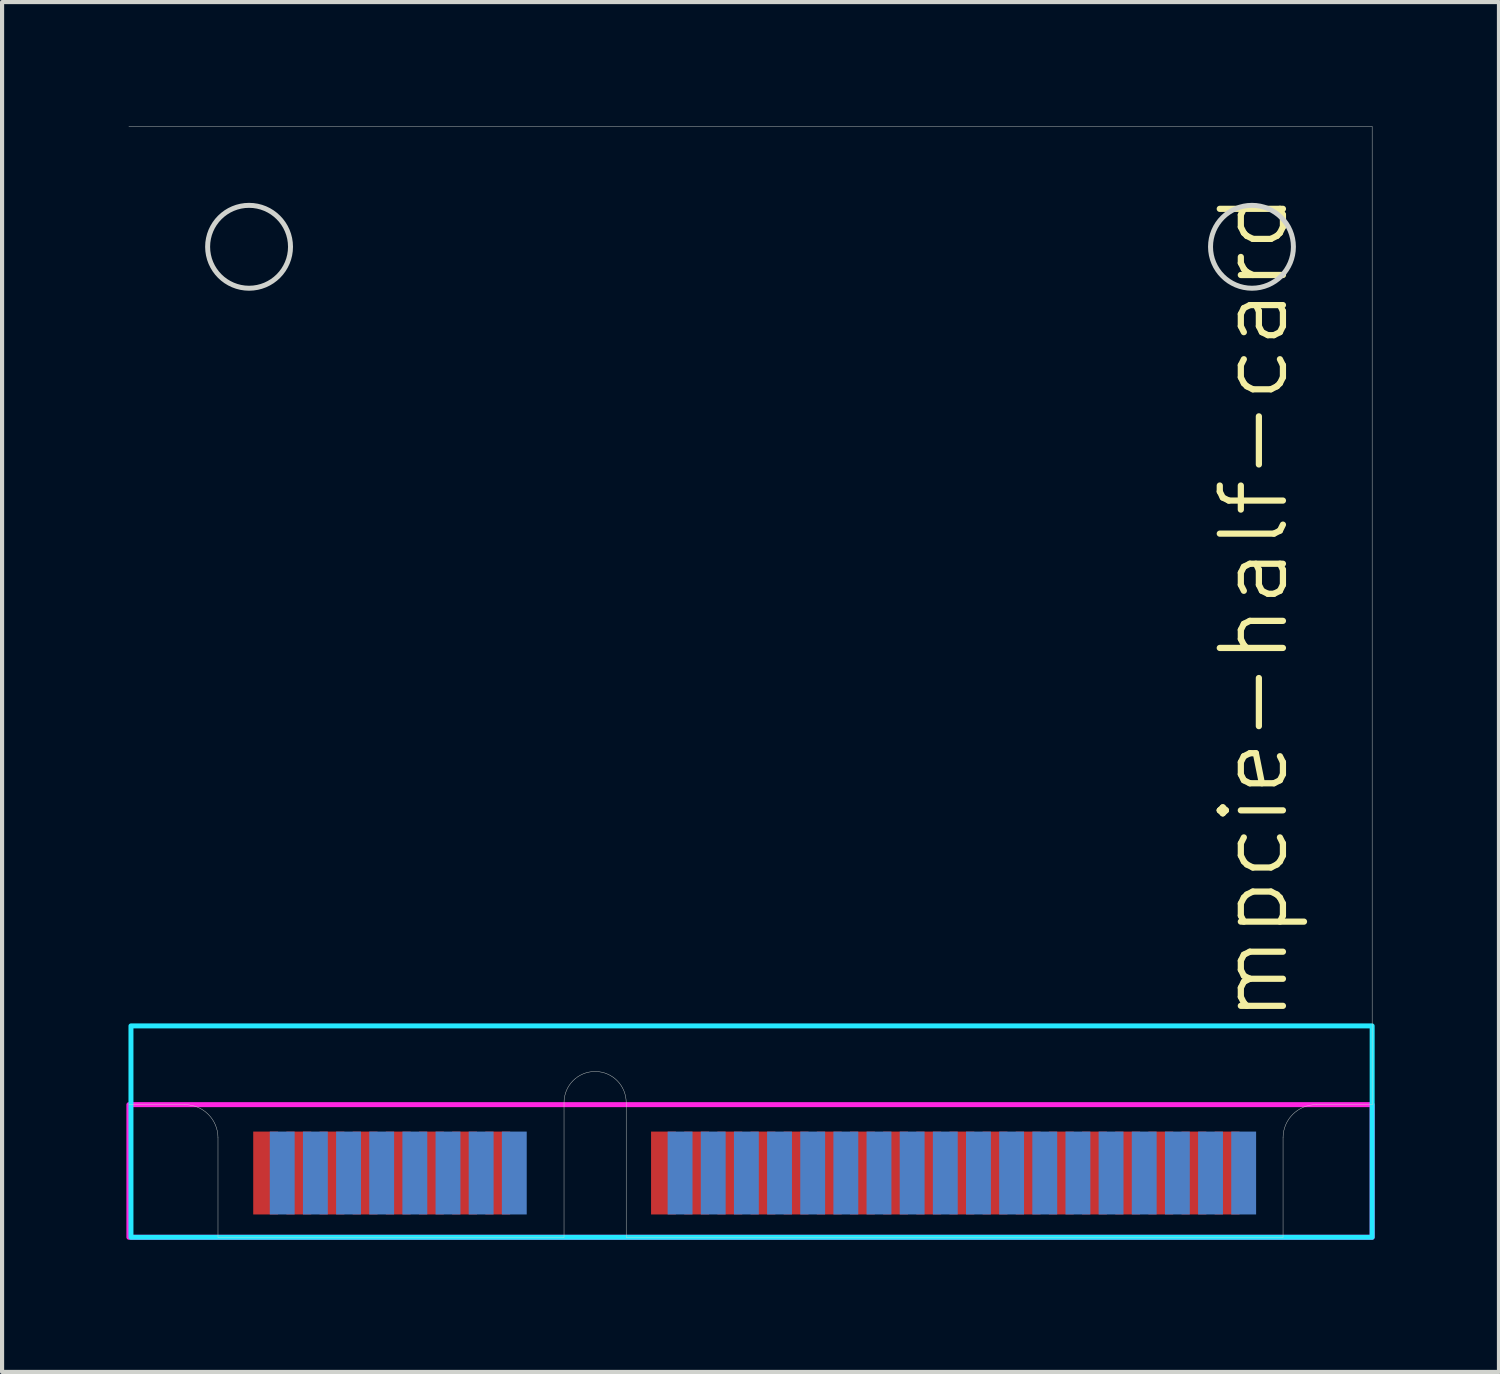
<source format=kicad_pcb>
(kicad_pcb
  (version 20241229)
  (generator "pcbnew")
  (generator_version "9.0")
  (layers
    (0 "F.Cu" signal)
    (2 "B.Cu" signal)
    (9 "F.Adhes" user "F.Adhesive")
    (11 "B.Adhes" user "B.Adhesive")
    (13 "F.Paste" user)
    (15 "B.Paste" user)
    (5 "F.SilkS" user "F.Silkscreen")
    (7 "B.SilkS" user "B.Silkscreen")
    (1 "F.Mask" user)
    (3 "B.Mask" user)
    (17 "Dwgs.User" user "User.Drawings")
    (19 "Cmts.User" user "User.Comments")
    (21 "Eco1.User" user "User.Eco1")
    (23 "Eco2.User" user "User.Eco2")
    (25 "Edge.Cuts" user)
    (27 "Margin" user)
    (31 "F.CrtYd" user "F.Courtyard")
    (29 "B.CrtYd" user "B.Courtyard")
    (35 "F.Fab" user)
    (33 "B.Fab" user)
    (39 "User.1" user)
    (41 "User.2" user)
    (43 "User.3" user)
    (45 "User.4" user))
  (footprint "mpcie-half-card"
    (layer "F.Cu")
    (at 15.06 26.805)
    (property "Reference" "mpcie-half-card" (at 12.15 -15.2 90) (layer "F.SilkS") (effects (font (size 1.524 1.524) (thickness 0.15))))
    (attr through_hole)
    (fp_rect (start 15 -2.5) (end -14.95 0) (stroke (width 0.12) (type solid)) (fill yes) (layer "F.Mask"))
    (fp_rect (start 15 -2.5) (end -14.95 0) (stroke (width 0.12) (type solid)) (fill yes) (layer "B.Mask"))
    (fp_line (start -3.75 -4.5) (end -3.75 -0.15) (stroke (width 0.01) (type solid)) (layer "Eco1.User"))
    (fp_line (start 0 0) (end 0 -26.8) (stroke (width 0.01) (type solid)) (layer "Eco1.User"))
    (fp_line (start -13.65 -3.2) (end -15 -3.2) (stroke (width 0.01) (type solid)) (layer "Edge.Cuts"))
    (fp_line (start -12.85 0) (end -12.85 -2.4) (stroke (width 0.01) (type solid)) (layer "Edge.Cuts"))
    (fp_line (start -4.5 0) (end -12.85 0) (stroke (width 0.01) (type solid)) (layer "Edge.Cuts"))
    (fp_line (start -4.5 0) (end -4.5 -3.25) (stroke (width 0.01) (type solid)) (layer "Edge.Cuts"))
    (fp_line (start -3 0) (end -3 -3.25) (stroke (width 0.01) (type solid)) (layer "Edge.Cuts"))
    (fp_line (start -3 0) (end 12.85 0) (stroke (width 0.01) (type solid)) (layer "Edge.Cuts"))
    (fp_line (start 12.85 0) (end 12.85 -2.4) (stroke (width 0.01) (type solid)) (layer "Edge.Cuts"))
    (fp_line (start 15 -26.8) (end -15 -26.8) (stroke (width 0.01) (type solid)) (layer "Edge.Cuts"))
    (fp_line (start 15 -3.2) (end 13.65 -3.2) (stroke (width 0.01) (type solid)) (layer "Edge.Cuts"))
    (fp_line (start 15 -3.2) (end 15 -26.8) (stroke (width 0.01) (type solid)) (layer "Edge.Cuts"))
    (fp_arc (start -13.65 -3.2) (mid -13.084315 -2.965685) (end -12.85 -2.4) (stroke (width 0.01) (type solid)) (layer "Edge.Cuts"))
    (fp_arc (start -4.5 -3.25) (mid -3.75 -4) (end -3 -3.25) (stroke (width 0.01) (type solid)) (layer "Edge.Cuts"))
    (fp_arc (start 12.85 -2.4) (mid 13.084315 -2.965685) (end 13.65 -3.2) (stroke (width 0.01) (type solid)) (layer "Edge.Cuts"))
    (fp_circle (center -12.1 -23.9) (end -11.1 -23.9) (stroke (width 0.12) (type solid)) (fill no) (layer "Edge.Cuts"))
    (fp_circle (center 12.1 -23.9) (end 13.1 -23.9) (stroke (width 0.12) (type solid)) (fill no) (layer "Edge.Cuts"))
    (fp_rect (start 15 -5.1) (end -14.95 0) (stroke (width 0.12) (type solid)) (fill no) (layer "B.CrtYd"))
    (fp_rect (start -15 -3.2) (end 15 0) (stroke (width 0.12) (type solid)) (fill no) (layer "F.CrtYd"))
    (fp_text user "Center" (at -0.2 -14.35 90) (layer "Eco1.User") (effects (font (size 0.25 0.25) (thickness 0.025))))
    (pad "1" smd rect (at -11.7 -1.55) (size 0.6 2) (layers "F.Cu" "F.Mask"))
    (pad "2" smd rect (at -11.3 -1.55) (size 0.6 2) (layers "B.Cu" "B.Mask"))
    (pad "3" smd rect (at -10.9 -1.55) (size 0.6 2) (layers "F.Cu" "F.Mask"))
    (pad "4" smd rect (at -10.5 -1.55) (size 0.6 2) (layers "B.Cu" "B.Mask"))
    (pad "5" smd rect (at -10.1 -1.55) (size 0.6 2) (layers "F.Cu" "F.Mask"))
    (pad "6" smd rect (at -9.7 -1.55) (size 0.6 2) (layers "B.Cu" "B.Mask"))
    (pad "7" smd rect (at -9.3 -1.55) (size 0.6 2) (layers "F.Cu" "F.Mask"))
    (pad "8" smd rect (at -8.9 -1.55) (size 0.6 2) (layers "B.Cu" "B.Mask"))
    (pad "9" smd rect (at -8.5 -1.55) (size 0.6 2) (layers "F.Cu" "F.Mask"))
    (pad "10" smd rect (at -8.1 -1.55) (size 0.6 2) (layers "B.Cu" "B.Mask"))
    (pad "11" smd rect (at -7.7 -1.55) (size 0.6 2) (layers "F.Cu" "F.Mask"))
    (pad "12" smd rect (at -7.3 -1.55) (size 0.6 2) (layers "B.Cu" "B.Mask"))
    (pad "13" smd rect (at -6.9 -1.55) (size 0.6 2) (layers "F.Cu" "F.Mask"))
    (pad "14" smd rect (at -6.5 -1.55) (size 0.6 2) (layers "B.Cu" "B.Mask"))
    (pad "15" smd rect (at -6.1 -1.55) (size 0.6 2) (layers "F.Cu" "F.Mask"))
    (pad "16" smd rect (at -5.7 -1.55) (size 0.6 2) (layers "B.Cu" "B.Mask"))
    (pad "17" smd rect (at -2.1 -1.55) (size 0.6 2) (layers "F.Cu" "F.Mask"))
    (pad "18" smd rect (at -1.7 -1.55) (size 0.6 2) (layers "B.Cu" "B.Mask"))
    (pad "19" smd rect (at -1.3 -1.55) (size 0.6 2) (layers "F.Cu" "F.Mask"))
    (pad "20" smd rect (at -0.9 -1.55) (size 0.6 2) (layers "B.Cu" "B.Mask"))
    (pad "21" smd rect (at -0.5 -1.55) (size 0.6 2) (layers "F.Cu" "F.Mask"))
    (pad "22" smd rect (at -0.1 -1.55) (size 0.6 2) (layers "B.Cu" "B.Mask"))
    (pad "23" smd rect (at 0.3 -1.55) (size 0.6 2) (layers "F.Cu" "F.Mask"))
    (pad "24" smd rect (at 0.7 -1.55) (size 0.6 2) (layers "B.Cu" "B.Mask"))
    (pad "25" smd rect (at 1.1 -1.55) (size 0.6 2) (layers "F.Cu" "F.Mask"))
    (pad "26" smd rect (at 1.5 -1.55) (size 0.6 2) (layers "B.Cu" "B.Mask"))
    (pad "27" smd rect (at 1.9 -1.55) (size 0.6 2) (layers "F.Cu" "F.Mask"))
    (pad "28" smd rect (at 2.3 -1.55) (size 0.6 2) (layers "B.Cu" "B.Mask"))
    (pad "29" smd rect (at 2.7 -1.55) (size 0.6 2) (layers "F.Cu" "F.Mask"))
    (pad "30" smd rect (at 3.1 -1.55) (size 0.6 2) (layers "B.Cu" "B.Mask"))
    (pad "31" smd rect (at 3.5 -1.55) (size 0.6 2) (layers "F.Cu" "F.Mask"))
    (pad "32" smd rect (at 3.9 -1.55) (size 0.6 2) (layers "B.Cu" "B.Mask"))
    (pad "33" smd rect (at 4.3 -1.55) (size 0.6 2) (layers "F.Cu" "F.Mask"))
    (pad "34" smd rect (at 4.7 -1.55) (size 0.6 2) (layers "B.Cu" "B.Mask"))
    (pad "35" smd rect (at 5.1 -1.55) (size 0.6 2) (layers "F.Cu" "F.Mask"))
    (pad "36" smd rect (at 5.5 -1.55) (size 0.6 2) (layers "B.Cu" "B.Mask"))
    (pad "37" smd rect (at 5.9 -1.55) (size 0.6 2) (layers "F.Cu" "F.Mask"))
    (pad "38" smd rect (at 6.3 -1.55) (size 0.6 2) (layers "B.Cu" "B.Mask"))
    (pad "39" smd rect (at 6.7 -1.55) (size 0.6 2) (layers "F.Cu" "F.Mask"))
    (pad "40" smd rect (at 7.1 -1.55) (size 0.6 2) (layers "B.Cu" "B.Mask"))
    (pad "41" smd rect (at 7.5 -1.55) (size 0.6 2) (layers "F.Cu" "F.Mask"))
    (pad "42" smd rect (at 7.9 -1.55) (size 0.6 2) (layers "B.Cu" "B.Mask"))
    (pad "43" smd rect (at 8.3 -1.55) (size 0.6 2) (layers "F.Cu" "F.Mask"))
    (pad "44" smd rect (at 8.7 -1.55) (size 0.6 2) (layers "B.Cu" "B.Mask"))
    (pad "45" smd rect (at 9.1 -1.55) (size 0.6 2) (layers "F.Cu" "F.Mask"))
    (pad "46" smd rect (at 9.5 -1.55) (size 0.6 2) (layers "B.Cu" "B.Mask"))
    (pad "47" smd rect (at 9.9 -1.55) (size 0.6 2) (layers "F.Cu" "F.Mask"))
    (pad "48" smd rect (at 10.3 -1.55) (size 0.6 2) (layers "B.Cu" "B.Mask"))
    (pad "49" smd rect (at 10.7 -1.55) (size 0.6 2) (layers "F.Cu" "F.Mask"))
    (pad "50" smd rect (at 11.1 -1.55) (size 0.6 2) (layers "B.Cu" "B.Mask"))
    (pad "51" smd rect (at 11.5 -1.55) (size 0.6 2) (layers "F.Cu" "F.Mask"))
    (pad "52" smd rect (at 11.9 -1.55) (size 0.6 2) (layers "B.Cu" "B.Mask"))
    (zone (net_name "") (layer "F.Cu") (hatch edge 0.508) (connect_pads) (min_thickness 0.254) (filled_areas_thickness no) (keepout (tracks not_allowed) (vias not_allowed) (pads not_allowed) (copperpour not_allowed) (footprints not_allowed)) (placement (enabled no)) (fill) (polygon (pts (xy 3.06 26.255) (xy 0.01 26.255) (xy 0.01 23.555) (xy 3.06 23.555))))
    (zone (net_name "") (layer "F.Cu") (hatch edge 0.508) (connect_pads) (min_thickness 0.254) (filled_areas_thickness no) (keepout (tracks not_allowed) (vias not_allowed) (pads not_allowed) (copperpour not_allowed) (footprints not_allowed)) (placement (enabled no)) (fill) (polygon (pts (xy 3.86 26.255) (xy 3.66 26.255) (xy 3.66 23.555) (xy 3.86 23.555))))
    (zone (net_name "") (layer "F.Cu") (hatch edge 0.508) (connect_pads) (min_thickness 0.254) (filled_areas_thickness no) (keepout (tracks not_allowed) (vias not_allowed) (pads not_allowed) (copperpour not_allowed) (footprints not_allowed)) (placement (enabled no)) (fill) (polygon (pts (xy 4.66 26.255) (xy 4.46 26.255) (xy 4.46 23.555) (xy 4.66 23.555))))
    (zone (net_name "") (layer "F.Cu") (hatch edge 0.508) (connect_pads) (min_thickness 0.254) (filled_areas_thickness no) (keepout (tracks not_allowed) (vias not_allowed) (pads not_allowed) (copperpour not_allowed) (footprints not_allowed)) (placement (enabled no)) (fill) (polygon (pts (xy 5.46 26.255) (xy 5.26 26.255) (xy 5.26 23.555) (xy 5.46 23.555))))
    (zone (net_name "") (layer "F.Cu") (hatch edge 0.508) (connect_pads) (min_thickness 0.254) (filled_areas_thickness no) (keepout (tracks not_allowed) (vias not_allowed) (pads not_allowed) (copperpour not_allowed) (footprints not_allowed)) (placement (enabled no)) (fill) (polygon (pts (xy 6.26 26.255) (xy 6.06 26.255) (xy 6.06 23.555) (xy 6.26 23.555))))
    (zone (net_name "") (layer "F.Cu") (hatch edge 0.508) (connect_pads) (min_thickness 0.254) (filled_areas_thickness no) (keepout (tracks not_allowed) (vias not_allowed) (pads not_allowed) (copperpour not_allowed) (footprints not_allowed)) (placement (enabled no)) (fill) (polygon (pts (xy 7.06 26.255) (xy 6.86 26.255) (xy 6.86 23.555) (xy 7.06 23.555))))
    (zone (net_name "") (layer "F.Cu") (hatch edge 0.508) (connect_pads) (min_thickness 0.254) (filled_areas_thickness no) (keepout (tracks not_allowed) (vias not_allowed) (pads not_allowed) (copperpour not_allowed) (footprints not_allowed)) (placement (enabled no)) (fill) (polygon (pts (xy 7.86 26.255) (xy 7.66 26.255) (xy 7.66 23.555) (xy 7.86 23.555))))
    (zone (net_name "") (layer "F.Cu") (hatch edge 0.508) (connect_pads) (min_thickness 0.254) (filled_areas_thickness no) (keepout (tracks not_allowed) (vias not_allowed) (pads not_allowed) (copperpour not_allowed) (footprints not_allowed)) (placement (enabled no)) (fill) (polygon (pts (xy 8.66 26.255) (xy 8.46 26.255) (xy 8.46 23.555) (xy 8.66 23.555))))
    (zone (net_name "") (layer "F.Cu") (hatch edge 0.508) (connect_pads) (min_thickness 0.254) (filled_areas_thickness no) (keepout (tracks not_allowed) (vias not_allowed) (pads not_allowed) (copperpour not_allowed) (footprints not_allowed)) (placement (enabled no)) (fill) (polygon (pts (xy 12.66 26.255) (xy 9.26 26.255) (xy 9.26 23.555) (xy 12.66 23.555))))
    (zone (net_name "") (layer "F.Cu") (hatch edge 0.508) (connect_pads) (min_thickness 0.254) (filled_areas_thickness no) (keepout (tracks not_allowed) (vias not_allowed) (pads not_allowed) (copperpour not_allowed) (footprints not_allowed)) (placement (enabled no)) (fill) (polygon (pts (xy 13.46 26.255) (xy 13.26 26.255) (xy 13.26 23.555) (xy 13.46 23.555))))
    (zone (net_name "") (layer "F.Cu") (hatch edge 0.508) (connect_pads) (min_thickness 0.254) (filled_areas_thickness no) (keepout (tracks not_allowed) (vias not_allowed) (pads not_allowed) (copperpour not_allowed) (footprints not_allowed)) (placement (enabled no)) (fill) (polygon (pts (xy 14.26 26.255) (xy 14.06 26.255) (xy 14.06 23.555) (xy 14.26 23.555))))
    (zone (net_name "") (layer "F.Cu") (hatch edge 0.508) (connect_pads) (min_thickness 0.254) (filled_areas_thickness no) (keepout (tracks not_allowed) (vias not_allowed) (pads not_allowed) (copperpour not_allowed) (footprints not_allowed)) (placement (enabled no)) (fill) (polygon (pts (xy 15.06 26.255) (xy 14.86 26.255) (xy 14.86 23.555) (xy 15.06 23.555))))
    (zone (net_name "") (layer "F.Cu") (hatch edge 0.508) (connect_pads) (min_thickness 0.254) (filled_areas_thickness no) (keepout (tracks not_allowed) (vias not_allowed) (pads not_allowed) (copperpour not_allowed) (footprints not_allowed)) (placement (enabled no)) (fill) (polygon (pts (xy 15.86 26.255) (xy 15.66 26.255) (xy 15.66 23.555) (xy 15.86 23.555))))
    (zone (net_name "") (layer "F.Cu") (hatch edge 0.508) (connect_pads) (min_thickness 0.254) (filled_areas_thickness no) (keepout (tracks not_allowed) (vias not_allowed) (pads not_allowed) (copperpour not_allowed) (footprints not_allowed)) (placement (enabled no)) (fill) (polygon (pts (xy 16.66 26.255) (xy 16.46 26.255) (xy 16.46 23.555) (xy 16.66 23.555))))
    (zone (net_name "") (layer "F.Cu") (hatch edge 0.508) (connect_pads) (min_thickness 0.254) (filled_areas_thickness no) (keepout (tracks not_allowed) (vias not_allowed) (pads not_allowed) (copperpour not_allowed) (footprints not_allowed)) (placement (enabled no)) (fill) (polygon (pts (xy 17.46 26.255) (xy 17.26 26.255) (xy 17.26 23.555) (xy 17.46 23.555))))
    (zone (net_name "") (layer "F.Cu") (hatch edge 0.508) (connect_pads) (min_thickness 0.254) (filled_areas_thickness no) (keepout (tracks not_allowed) (vias not_allowed) (pads not_allowed) (copperpour not_allowed) (footprints not_allowed)) (placement (enabled no)) (fill) (polygon (pts (xy 18.26 26.255) (xy 18.06 26.255) (xy 18.06 23.555) (xy 18.26 23.555))))
    (zone (net_name "") (layer "F.Cu") (hatch edge 0.508) (connect_pads) (min_thickness 0.254) (filled_areas_thickness no) (keepout (tracks not_allowed) (vias not_allowed) (pads not_allowed) (copperpour not_allowed) (footprints not_allowed)) (placement (enabled no)) (fill) (polygon (pts (xy 19.06 26.255) (xy 18.86 26.255) (xy 18.86 23.555) (xy 19.06 23.555))))
    (zone (net_name "") (layer "F.Cu") (hatch edge 0.508) (connect_pads) (min_thickness 0.254) (filled_areas_thickness no) (keepout (tracks not_allowed) (vias not_allowed) (pads not_allowed) (copperpour not_allowed) (footprints not_allowed)) (placement (enabled no)) (fill) (polygon (pts (xy 19.86 26.255) (xy 19.66 26.255) (xy 19.66 23.555) (xy 19.86 23.555))))
    (zone (net_name "") (layer "F.Cu") (hatch edge 0.508) (connect_pads) (min_thickness 0.254) (filled_areas_thickness no) (keepout (tracks not_allowed) (vias not_allowed) (pads not_allowed) (copperpour not_allowed) (footprints not_allowed)) (placement (enabled no)) (fill) (polygon (pts (xy 20.66 26.255) (xy 20.46 26.255) (xy 20.46 23.555) (xy 20.66 23.555))))
    (zone (net_name "") (layer "F.Cu") (hatch edge 0.508) (connect_pads) (min_thickness 0.254) (filled_areas_thickness no) (keepout (tracks not_allowed) (vias not_allowed) (pads not_allowed) (copperpour not_allowed) (footprints not_allowed)) (placement (enabled no)) (fill) (polygon (pts (xy 21.46 26.255) (xy 21.26 26.255) (xy 21.26 23.555) (xy 21.46 23.555))))
    (zone (net_name "") (layer "F.Cu") (hatch edge 0.508) (connect_pads) (min_thickness 0.254) (filled_areas_thickness no) (keepout (tracks not_allowed) (vias not_allowed) (pads not_allowed) (copperpour not_allowed) (footprints not_allowed)) (placement (enabled no)) (fill) (polygon (pts (xy 22.26 26.255) (xy 22.06 26.255) (xy 22.06 23.555) (xy 22.26 23.555))))
    (zone (net_name "") (layer "F.Cu") (hatch edge 0.508) (connect_pads) (min_thickness 0.254) (filled_areas_thickness no) (keepout (tracks not_allowed) (vias not_allowed) (pads not_allowed) (copperpour not_allowed) (footprints not_allowed)) (placement (enabled no)) (fill) (polygon (pts (xy 23.06 26.255) (xy 22.86 26.255) (xy 22.86 23.555) (xy 23.06 23.555))))
    (zone (net_name "") (layer "F.Cu") (hatch edge 0.508) (connect_pads) (min_thickness 0.254) (filled_areas_thickness no) (keepout (tracks not_allowed) (vias not_allowed) (pads not_allowed) (copperpour not_allowed) (footprints not_allowed)) (placement (enabled no)) (fill) (polygon (pts (xy 23.86 26.255) (xy 23.66 26.255) (xy 23.66 23.555) (xy 23.86 23.555))))
    (zone (net_name "") (layer "F.Cu") (hatch edge 0.508) (connect_pads) (min_thickness 0.254) (filled_areas_thickness no) (keepout (tracks not_allowed) (vias not_allowed) (pads not_allowed) (copperpour not_allowed) (footprints not_allowed)) (placement (enabled no)) (fill) (polygon (pts (xy 24.66 26.255) (xy 24.46 26.255) (xy 24.46 23.555) (xy 24.66 23.555))))
    (zone (net_name "") (layer "F.Cu") (hatch edge 0.508) (connect_pads) (min_thickness 0.254) (filled_areas_thickness no) (keepout (tracks not_allowed) (vias not_allowed) (pads not_allowed) (copperpour not_allowed) (footprints not_allowed)) (placement (enabled no)) (fill) (polygon (pts (xy 25.46 26.255) (xy 25.26 26.255) (xy 25.26 23.555) (xy 25.46 23.555))))
    (zone (net_name "") (layer "F.Cu") (hatch edge 0.508) (connect_pads) (min_thickness 0.254) (filled_areas_thickness no) (keepout (tracks not_allowed) (vias not_allowed) (pads not_allowed) (copperpour not_allowed) (footprints not_allowed)) (placement (enabled no)) (fill) (polygon (pts (xy 26.26 26.255) (xy 26.06 26.255) (xy 26.06 23.555) (xy 26.26 23.555))))
    (zone (net_name "") (layer "F.Cu") (hatch edge 0.508) (connect_pads) (min_thickness 0.254) (filled_areas_thickness no) (keepout (tracks not_allowed) (vias not_allowed) (pads not_allowed) (copperpour not_allowed) (footprints not_allowed)) (placement (enabled no)) (fill) (polygon (pts (xy 26.86 26.855) (xy 0.01 26.855) (xy 0.01 26.255) (xy 26.86 26.255))))
    (zone (net_name "") (layer "F.Cu") (hatch edge 0.508) (connect_pads) (min_thickness 0.254) (filled_areas_thickness no) (keepout (tracks not_allowed) (vias not_allowed) (pads not_allowed) (copperpour not_allowed) (footprints not_allowed)) (placement (enabled no)) (fill) (polygon (pts (xy 30.11 26.855) (xy 26.86 26.855) (xy 26.86 23.555) (xy 30.11 23.555))))
    (zone (net_name "") (layers "F.Cu" "B.Cu") (hatch edge 0.508) (connect_pads) (min_thickness 0.254) (filled_areas_thickness no) (keepout (tracks not_allowed) (vias not_allowed) (pads not_allowed) (copperpour not_allowed) (footprints not_allowed)) (placement (enabled no)) (fill) (polygon (pts (xy 5.86 0.005) (xy 5.86 4.105) (xy 4.16 5.805) (xy 0.06 5.805) (xy 0.06 0.005))))
    (zone (net_name "") (layers "F.Cu" "B.Cu") (hatch edge 0.508) (connect_pads) (min_thickness 0.254) (filled_areas_thickness no) (keepout (tracks not_allowed) (vias not_allowed) (pads not_allowed) (copperpour not_allowed) (footprints not_allowed)) (placement (enabled no)) (fill) (polygon (pts (xy 30.06 5.805) (xy 25.96 5.805) (xy 24.26 4.105) (xy 24.26 0.005) (xy 30.06 0.005))))
    (zone (net_name "") (layer "B.Cu") (hatch edge 0.508) (connect_pads) (min_thickness 0.254) (filled_areas_thickness no) (keepout (tracks not_allowed) (vias not_allowed) (pads not_allowed) (copperpour not_allowed) (footprints not_allowed)) (placement (enabled no)) (fill) (polygon (pts (xy 3.46 26.255) (xy 0.06 26.255) (xy 0.06 23.555) (xy 3.46 23.555))))
    (zone (net_name "") (layer "B.Cu") (hatch edge 0.508) (connect_pads) (min_thickness 0.254) (filled_areas_thickness no) (keepout (tracks not_allowed) (vias not_allowed) (pads not_allowed) (copperpour not_allowed) (footprints not_allowed)) (placement (enabled no)) (fill) (polygon (pts (xy 4.26 26.255) (xy 4.06 26.255) (xy 4.06 23.555) (xy 4.26 23.555))))
    (zone (net_name "") (layer "B.Cu") (hatch edge 0.508) (connect_pads) (min_thickness 0.254) (filled_areas_thickness no) (keepout (tracks not_allowed) (vias not_allowed) (pads not_allowed) (copperpour not_allowed) (footprints not_allowed)) (placement (enabled no)) (fill) (polygon (pts (xy 5.06 26.255) (xy 4.86 26.255) (xy 4.86 23.555) (xy 5.06 23.555))))
    (zone (net_name "") (layer "B.Cu") (hatch edge 0.508) (connect_pads) (min_thickness 0.254) (filled_areas_thickness no) (keepout (tracks not_allowed) (vias not_allowed) (pads not_allowed) (copperpour not_allowed) (footprints not_allowed)) (placement (enabled no)) (fill) (polygon (pts (xy 5.86 26.255) (xy 5.66 26.255) (xy 5.66 23.555) (xy 5.86 23.555))))
    (zone (net_name "") (layer "B.Cu") (hatch edge 0.508) (connect_pads) (min_thickness 0.254) (filled_areas_thickness no) (keepout (tracks not_allowed) (vias not_allowed) (pads not_allowed) (copperpour not_allowed) (footprints not_allowed)) (placement (enabled no)) (fill) (polygon (pts (xy 6.66 26.255) (xy 6.46 26.255) (xy 6.46 23.555) (xy 6.66 23.555))))
    (zone (net_name "") (layer "B.Cu") (hatch edge 0.508) (connect_pads) (min_thickness 0.254) (filled_areas_thickness no) (keepout (tracks not_allowed) (vias not_allowed) (pads not_allowed) (copperpour not_allowed) (footprints not_allowed)) (placement (enabled no)) (fill) (polygon (pts (xy 7.46 26.255) (xy 7.26 26.255) (xy 7.26 23.555) (xy 7.46 23.555))))
    (zone (net_name "") (layer "B.Cu") (hatch edge 0.508) (connect_pads) (min_thickness 0.254) (filled_areas_thickness no) (keepout (tracks not_allowed) (vias not_allowed) (pads not_allowed) (copperpour not_allowed) (footprints not_allowed)) (placement (enabled no)) (fill) (polygon (pts (xy 8.26 26.255) (xy 8.06 26.255) (xy 8.06 23.555) (xy 8.26 23.555))))
    (zone (net_name "") (layer "B.Cu") (hatch edge 0.508) (connect_pads) (min_thickness 0.254) (filled_areas_thickness no) (keepout (tracks not_allowed) (vias not_allowed) (pads not_allowed) (copperpour not_allowed) (footprints not_allowed)) (placement (enabled no)) (fill) (polygon (pts (xy 9.06 26.255) (xy 8.86 26.255) (xy 8.86 23.555) (xy 9.06 23.555))))
    (zone (net_name "") (layer "B.Cu") (hatch edge 0.508) (connect_pads) (min_thickness 0.254) (filled_areas_thickness no) (keepout (tracks not_allowed) (vias not_allowed) (pads not_allowed) (copperpour not_allowed) (footprints not_allowed)) (placement (enabled no)) (fill) (polygon (pts (xy 13.06 26.255) (xy 9.66 26.255) (xy 9.66 23.555) (xy 13.06 23.555))))
    (zone (net_name "") (layer "B.Cu") (hatch edge 0.508) (connect_pads) (min_thickness 0.254) (filled_areas_thickness no) (keepout (tracks not_allowed) (vias not_allowed) (pads not_allowed) (copperpour not_allowed) (footprints not_allowed)) (placement (enabled no)) (fill) (polygon (pts (xy 13.86 26.255) (xy 13.66 26.255) (xy 13.66 23.555) (xy 13.86 23.555))))
    (zone (net_name "") (layer "B.Cu") (hatch edge 0.508) (connect_pads) (min_thickness 0.254) (filled_areas_thickness no) (keepout (tracks not_allowed) (vias not_allowed) (pads not_allowed) (copperpour not_allowed) (footprints not_allowed)) (placement (enabled no)) (fill) (polygon (pts (xy 14.66 26.255) (xy 14.46 26.255) (xy 14.46 23.555) (xy 14.66 23.555))))
    (zone (net_name "") (layer "B.Cu") (hatch edge 0.508) (connect_pads) (min_thickness 0.254) (filled_areas_thickness no) (keepout (tracks not_allowed) (vias not_allowed) (pads not_allowed) (copperpour not_allowed) (footprints not_allowed)) (placement (enabled no)) (fill) (polygon (pts (xy 15.46 26.255) (xy 15.26 26.255) (xy 15.26 23.555) (xy 15.46 23.555))))
    (zone (net_name "") (layer "B.Cu") (hatch edge 0.508) (connect_pads) (min_thickness 0.254) (filled_areas_thickness no) (keepout (tracks not_allowed) (vias not_allowed) (pads not_allowed) (copperpour not_allowed) (footprints not_allowed)) (placement (enabled no)) (fill) (polygon (pts (xy 16.26 26.255) (xy 16.06 26.255) (xy 16.06 23.555) (xy 16.26 23.555))))
    (zone (net_name "") (layer "B.Cu") (hatch edge 0.508) (connect_pads) (min_thickness 0.254) (filled_areas_thickness no) (keepout (tracks not_allowed) (vias not_allowed) (pads not_allowed) (copperpour not_allowed) (footprints not_allowed)) (placement (enabled no)) (fill) (polygon (pts (xy 17.06 26.255) (xy 16.86 26.255) (xy 16.86 23.555) (xy 17.06 23.555))))
    (zone (net_name "") (layer "B.Cu") (hatch edge 0.508) (connect_pads) (min_thickness 0.254) (filled_areas_thickness no) (keepout (tracks not_allowed) (vias not_allowed) (pads not_allowed) (copperpour not_allowed) (footprints not_allowed)) (placement (enabled no)) (fill) (polygon (pts (xy 17.86 26.255) (xy 17.66 26.255) (xy 17.66 23.555) (xy 17.86 23.555))))
    (zone (net_name "") (layer "B.Cu") (hatch edge 0.508) (connect_pads) (min_thickness 0.254) (filled_areas_thickness no) (keepout (tracks not_allowed) (vias not_allowed) (pads not_allowed) (copperpour not_allowed) (footprints not_allowed)) (placement (enabled no)) (fill) (polygon (pts (xy 18.66 26.255) (xy 18.46 26.255) (xy 18.46 23.555) (xy 18.66 23.555))))
    (zone (net_name "") (layer "B.Cu") (hatch edge 0.508) (connect_pads) (min_thickness 0.254) (filled_areas_thickness no) (keepout (tracks not_allowed) (vias not_allowed) (pads not_allowed) (copperpour not_allowed) (footprints not_allowed)) (placement (enabled no)) (fill) (polygon (pts (xy 19.46 26.255) (xy 19.26 26.255) (xy 19.26 23.555) (xy 19.46 23.555))))
    (zone (net_name "") (layer "B.Cu") (hatch edge 0.508) (connect_pads) (min_thickness 0.254) (filled_areas_thickness no) (keepout (tracks not_allowed) (vias not_allowed) (pads not_allowed) (copperpour not_allowed) (footprints not_allowed)) (placement (enabled no)) (fill) (polygon (pts (xy 20.26 26.255) (xy 20.06 26.255) (xy 20.06 23.555) (xy 20.26 23.555))))
    (zone (net_name "") (layer "B.Cu") (hatch edge 0.508) (connect_pads) (min_thickness 0.254) (filled_areas_thickness no) (keepout (tracks not_allowed) (vias not_allowed) (pads not_allowed) (copperpour not_allowed) (footprints not_allowed)) (placement (enabled no)) (fill) (polygon (pts (xy 21.06 26.255) (xy 20.86 26.255) (xy 20.86 23.555) (xy 21.06 23.555))))
    (zone (net_name "") (layer "B.Cu") (hatch edge 0.508) (connect_pads) (min_thickness 0.254) (filled_areas_thickness no) (keepout (tracks not_allowed) (vias not_allowed) (pads not_allowed) (copperpour not_allowed) (footprints not_allowed)) (placement (enabled no)) (fill) (polygon (pts (xy 21.86 26.255) (xy 21.66 26.255) (xy 21.66 23.555) (xy 21.86 23.555))))
    (zone (net_name "") (layer "B.Cu") (hatch edge 0.508) (connect_pads) (min_thickness 0.254) (filled_areas_thickness no) (keepout (tracks not_allowed) (vias not_allowed) (pads not_allowed) (copperpour not_allowed) (footprints not_allowed)) (placement (enabled no)) (fill) (polygon (pts (xy 22.66 26.255) (xy 22.46 26.255) (xy 22.46 23.555) (xy 22.66 23.555))))
    (zone (net_name "") (layer "B.Cu") (hatch edge 0.508) (connect_pads) (min_thickness 0.254) (filled_areas_thickness no) (keepout (tracks not_allowed) (vias not_allowed) (pads not_allowed) (copperpour not_allowed) (footprints not_allowed)) (placement (enabled no)) (fill) (polygon (pts (xy 23.46 26.255) (xy 23.26 26.255) (xy 23.26 23.555) (xy 23.46 23.555))))
    (zone (net_name "") (layer "B.Cu") (hatch edge 0.508) (connect_pads) (min_thickness 0.254) (filled_areas_thickness no) (keepout (tracks not_allowed) (vias not_allowed) (pads not_allowed) (copperpour not_allowed) (footprints not_allowed)) (placement (enabled no)) (fill) (polygon (pts (xy 24.26 26.255) (xy 24.06 26.255) (xy 24.06 23.555) (xy 24.26 23.555))))
    (zone (net_name "") (layer "B.Cu") (hatch edge 0.508) (connect_pads) (min_thickness 0.254) (filled_areas_thickness no) (keepout (tracks not_allowed) (vias not_allowed) (pads not_allowed) (copperpour not_allowed) (footprints not_allowed)) (placement (enabled no)) (fill) (polygon (pts (xy 25.06 26.255) (xy 24.86 26.255) (xy 24.86 23.555) (xy 25.06 23.555))))
    (zone (net_name "") (layer "B.Cu") (hatch edge 0.508) (connect_pads) (min_thickness 0.254) (filled_areas_thickness no) (keepout (tracks not_allowed) (vias not_allowed) (pads not_allowed) (copperpour not_allowed) (footprints not_allowed)) (placement (enabled no)) (fill) (polygon (pts (xy 25.86 26.255) (xy 25.66 26.255) (xy 25.66 23.555) (xy 25.86 23.555))))
    (zone (net_name "") (layer "B.Cu") (hatch edge 0.508) (connect_pads) (min_thickness 0.254) (filled_areas_thickness no) (keepout (tracks not_allowed) (vias not_allowed) (pads not_allowed) (copperpour not_allowed) (footprints not_allowed)) (placement (enabled no)) (fill) (polygon (pts (xy 26.66 26.255) (xy 26.46 26.255) (xy 26.46 23.555) (xy 26.66 23.555))))
    (zone (net_name "") (layer "B.Cu") (hatch edge 0.508) (connect_pads) (min_thickness 0.254) (filled_areas_thickness no) (keepout (tracks not_allowed) (vias not_allowed) (pads not_allowed) (copperpour not_allowed) (footprints not_allowed)) (placement (enabled no)) (fill) (polygon (pts (xy 30.11 26.255) (xy 27.26 26.255) (xy 27.26 23.555) (xy 30.11 23.555))))
    (zone (net_name "") (layer "B.Cu") (hatch edge 0.508) (connect_pads) (min_thickness 0.254) (filled_areas_thickness no) (keepout (tracks not_allowed) (vias not_allowed) (pads not_allowed) (copperpour not_allowed) (footprints not_allowed)) (placement (enabled no)) (fill) (polygon (pts (xy 30.11 26.855) (xy 0.06 26.855) (xy 0.06 26.255) (xy 30.11 26.255)))))
  (gr_rect
    (start -3 -3)
    (end 33.12 30.055)
    (stroke (width 0.1) (type default))
    (fill no)
    (layer "Edge.Cuts")))
</source>
